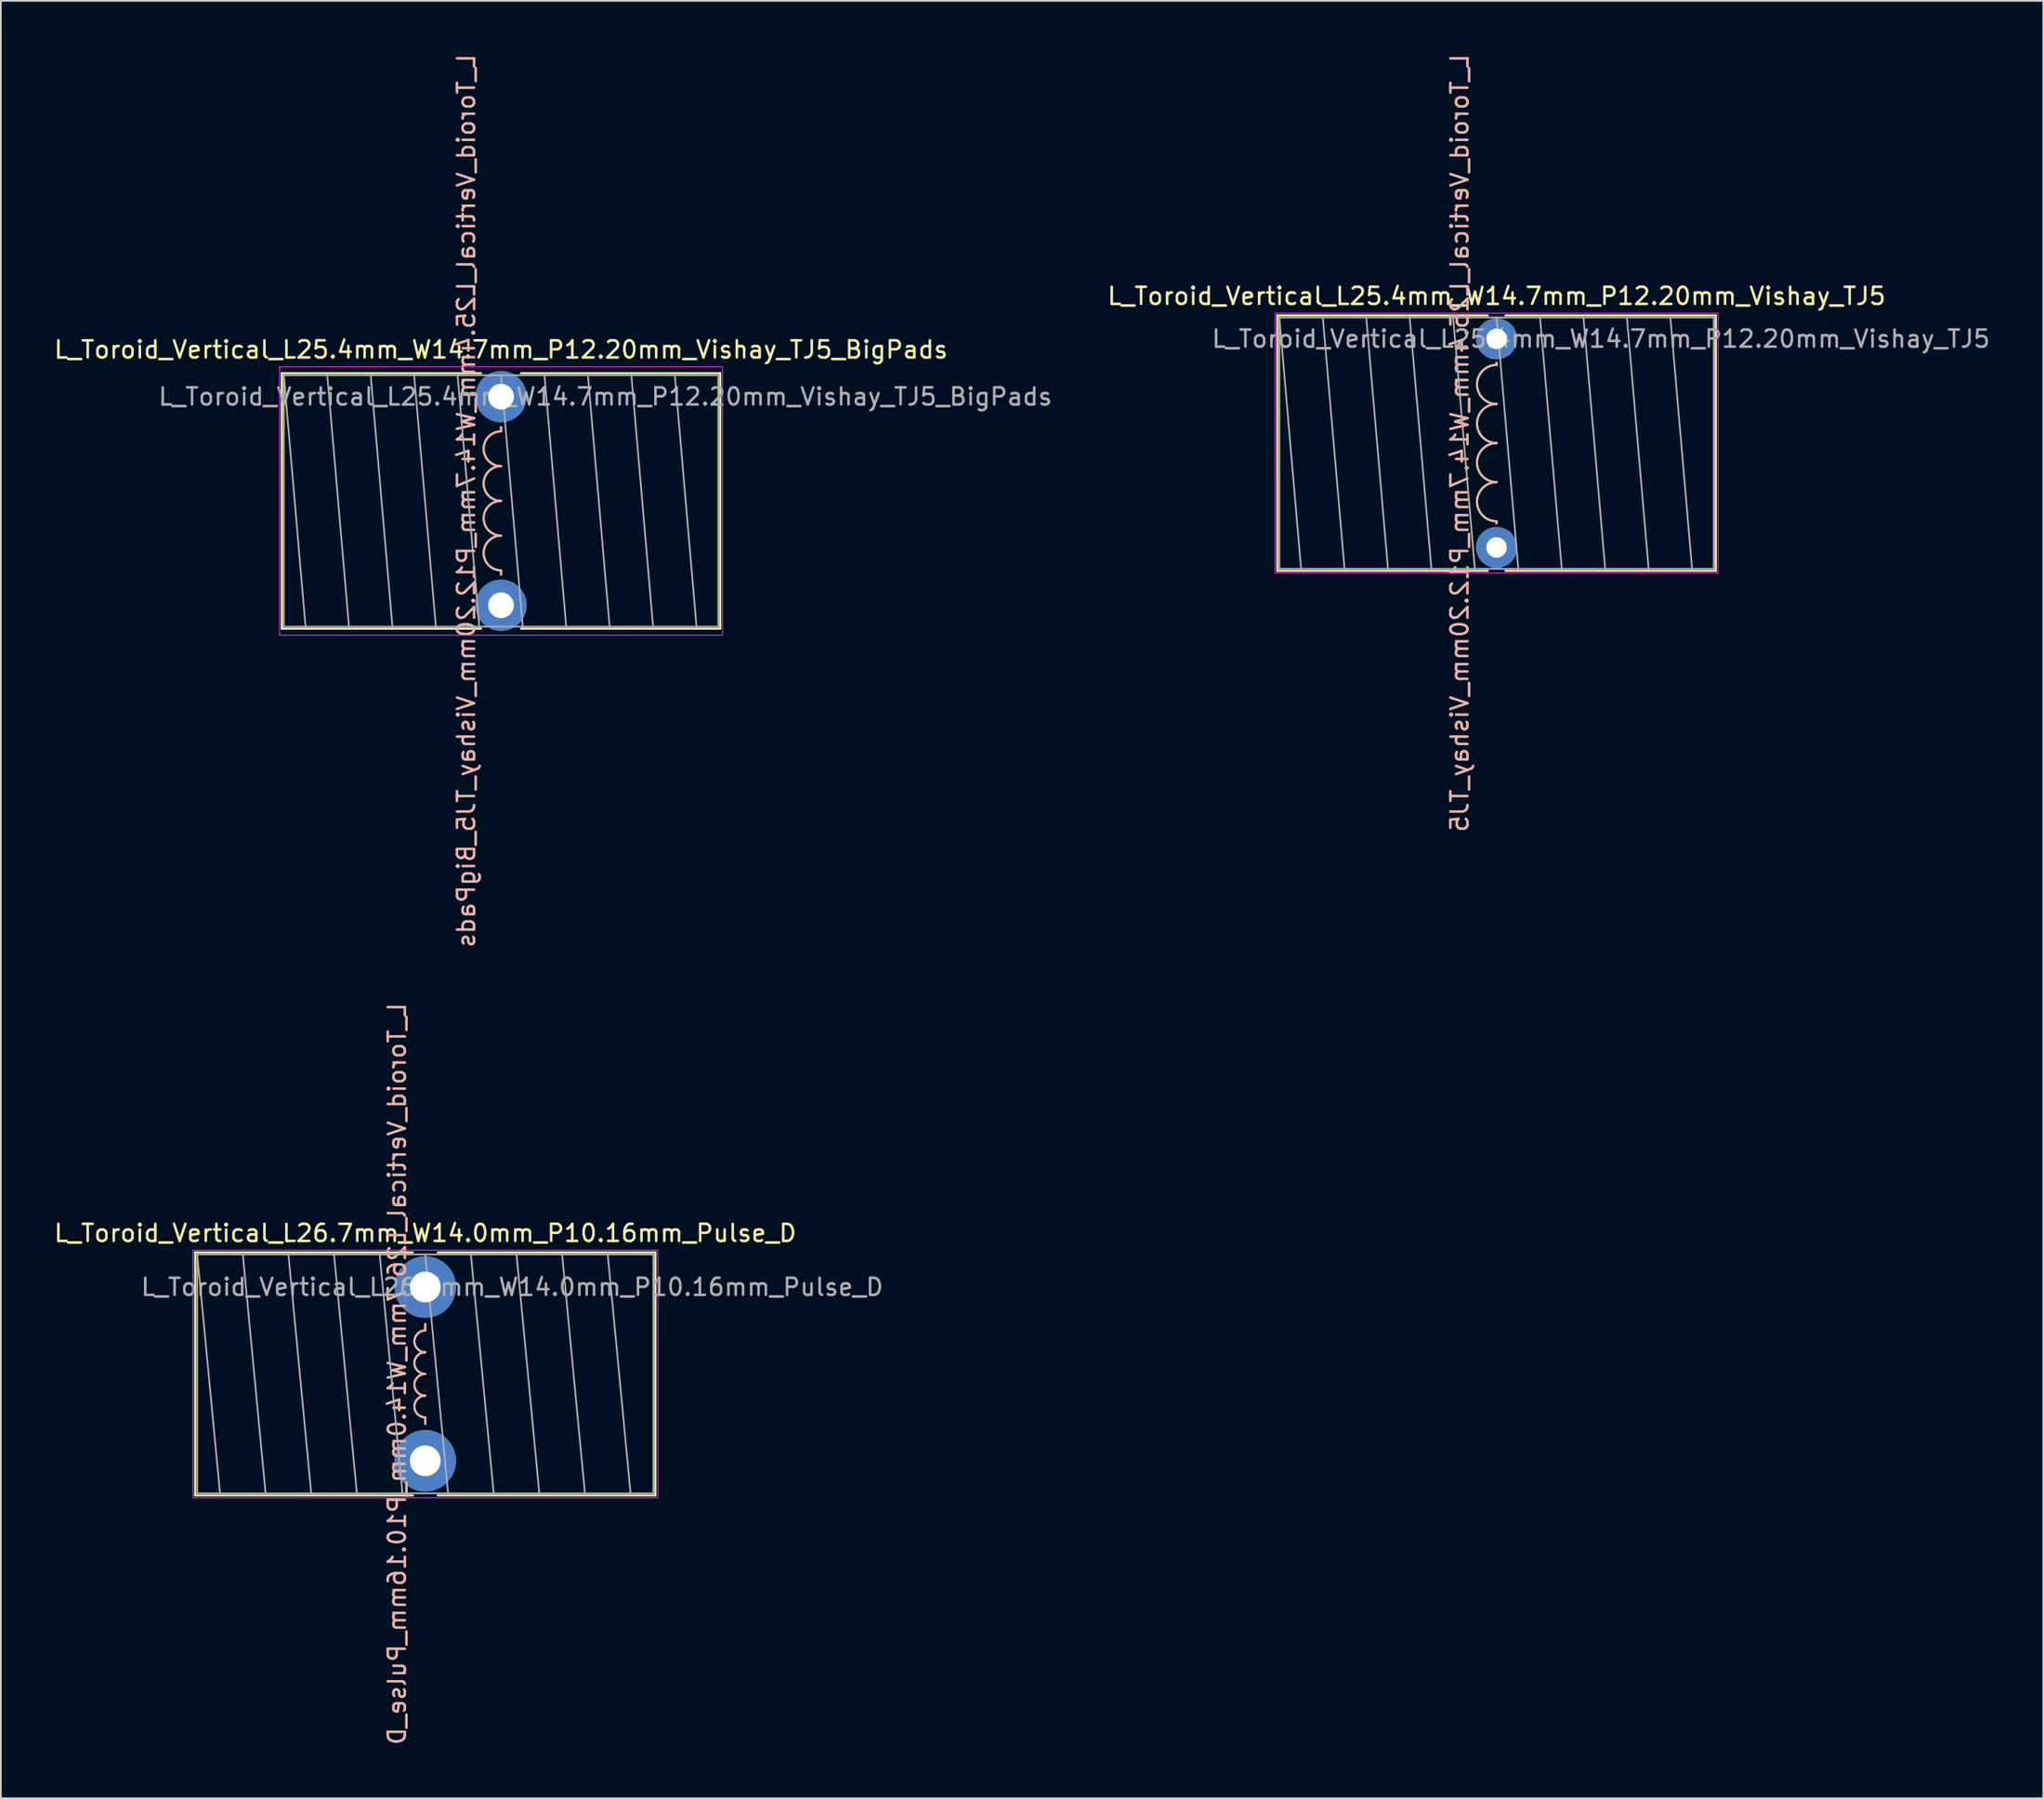
<source format=kicad_pcb>
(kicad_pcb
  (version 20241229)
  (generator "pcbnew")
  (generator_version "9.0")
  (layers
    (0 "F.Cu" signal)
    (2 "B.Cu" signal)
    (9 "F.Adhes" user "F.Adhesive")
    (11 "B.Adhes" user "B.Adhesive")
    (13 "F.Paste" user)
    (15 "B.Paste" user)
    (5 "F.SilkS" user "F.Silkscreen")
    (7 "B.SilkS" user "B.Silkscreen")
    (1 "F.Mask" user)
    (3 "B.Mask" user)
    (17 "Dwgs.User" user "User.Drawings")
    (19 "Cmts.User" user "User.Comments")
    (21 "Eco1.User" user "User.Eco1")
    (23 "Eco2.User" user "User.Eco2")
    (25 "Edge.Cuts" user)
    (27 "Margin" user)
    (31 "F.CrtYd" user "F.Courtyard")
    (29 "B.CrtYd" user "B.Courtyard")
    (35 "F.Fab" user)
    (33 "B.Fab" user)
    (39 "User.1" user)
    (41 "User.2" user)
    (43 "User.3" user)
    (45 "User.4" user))
  (footprint "L_Toroid_Vertical_L25.4mm_W14.7mm_P12.20mm_Vishay_TJ5_BigPads"
    (layer "F.Cu")
    (at 26.244 20.148)
    (property "Reference" "L_Toroid_Vertical_L25.4mm_W14.7mm_P12.20mm_Vishay_TJ5_BigPads" (at 0 -2.75 0) (layer "F.SilkS") (effects (font (size 1 1) (thickness 0.15))))
    (fp_line (start -12.82 -1.37) (end -12.82 13.57) (stroke (width 0.12) (type solid)) (layer "F.SilkS"))
    (fp_line (start -12.82 -1.37) (end -1.166 -1.37) (stroke (width 0.12) (type solid)) (layer "F.SilkS"))
    (fp_line (start -12.82 13.57) (end -1.166 13.57) (stroke (width 0.12) (type solid)) (layer "F.SilkS"))
    (fp_line (start 0 2.032) (end 0 1.778) (stroke (width 0.12) (type solid)) (layer "F.SilkS"))
    (fp_line (start 0 10.16) (end 0 10.414) (stroke (width 0.12) (type solid)) (layer "F.SilkS"))
    (fp_line (start 1.166 -1.37) (end 12.82 -1.37) (stroke (width 0.12) (type solid)) (layer "F.SilkS"))
    (fp_line (start 1.166 13.57) (end 12.82 13.57) (stroke (width 0.12) (type solid)) (layer "F.SilkS"))
    (fp_line (start 12.82 -1.37) (end 12.82 13.57) (stroke (width 0.12) (type solid)) (layer "F.SilkS"))
    (fp_arc (start 0 4.064) (mid -1.016 3.048) (end 0 2.032) (stroke (width 0.12) (type solid)) (layer "F.SilkS"))
    (fp_arc (start 0 6.096) (mid -1.016 5.08) (end 0 4.064) (stroke (width 0.12) (type solid)) (layer "F.SilkS"))
    (fp_arc (start 0 8.128) (mid -1.016 7.112) (end 0 6.096) (stroke (width 0.12) (type solid)) (layer "F.SilkS"))
    (fp_arc (start 0 10.16) (mid -1.016 9.144) (end 0 8.128) (stroke (width 0.12) (type solid)) (layer "F.SilkS"))
    (fp_line (start 0 2.032) (end 0 1.778) (stroke (width 0.12) (type solid)) (layer "B.SilkS"))
    (fp_line (start 0 10.16) (end 0 10.414) (stroke (width 0.12) (type solid)) (layer "B.SilkS"))
    (fp_arc (start 0 4.064) (mid -1.016 3.048) (end 0 2.032) (stroke (width 0.12) (type solid)) (layer "B.SilkS"))
    (fp_arc (start 0 6.096) (mid -1.016 5.08) (end 0 4.064) (stroke (width 0.12) (type solid)) (layer "B.SilkS"))
    (fp_arc (start 0 8.128) (mid -1.016 7.112) (end 0 6.096) (stroke (width 0.12) (type solid)) (layer "B.SilkS"))
    (fp_arc (start 0 10.16) (mid -1.016 9.144) (end 0 8.128) (stroke (width 0.12) (type solid)) (layer "B.SilkS"))
    (fp_line (start -12.95 -1.75) (end -12.95 13.95) (stroke (width 0.05) (type solid)) (layer "F.CrtYd"))
    (fp_line (start -12.95 13.95) (end 12.95 13.95) (stroke (width 0.05) (type solid)) (layer "F.CrtYd"))
    (fp_line (start 12.95 -1.75) (end -12.95 -1.75) (stroke (width 0.05) (type solid)) (layer "F.CrtYd"))
    (fp_line (start 12.95 13.95) (end 12.95 -1.75) (stroke (width 0.05) (type solid)) (layer "F.CrtYd"))
    (fp_line (start -12.7 -1.25) (end -12.7 13.45) (stroke (width 0.1) (type solid)) (layer "F.Fab"))
    (fp_line (start -12.7 -1.25) (end -11.43 13.45) (stroke (width 0.1) (type solid)) (layer "F.Fab"))
    (fp_line (start -12.7 13.45) (end 12.7 13.45) (stroke (width 0.1) (type solid)) (layer "F.Fab"))
    (fp_line (start -10.16 -1.25) (end -8.89 13.45) (stroke (width 0.1) (type solid)) (layer "F.Fab"))
    (fp_line (start -7.62 -1.25) (end -6.35 13.45) (stroke (width 0.1) (type solid)) (layer "F.Fab"))
    (fp_line (start -5.08 -1.25) (end -3.81 13.45) (stroke (width 0.1) (type solid)) (layer "F.Fab"))
    (fp_line (start -2.54 -1.25) (end -1.27 13.45) (stroke (width 0.1) (type solid)) (layer "F.Fab"))
    (fp_line (start 0 -1.25) (end 1.27 13.45) (stroke (width 0.1) (type solid)) (layer "F.Fab"))
    (fp_line (start 2.54 -1.25) (end 3.81 13.45) (stroke (width 0.1) (type solid)) (layer "F.Fab"))
    (fp_line (start 5.08 -1.25) (end 6.35 13.45) (stroke (width 0.1) (type solid)) (layer "F.Fab"))
    (fp_line (start 7.62 -1.25) (end 8.89 13.45) (stroke (width 0.1) (type solid)) (layer "F.Fab"))
    (fp_line (start 10.16 -1.25) (end 11.43 13.45) (stroke (width 0.1) (type solid)) (layer "F.Fab"))
    (fp_line (start 12.7 -1.25) (end -12.7 -1.25) (stroke (width 0.1) (type solid)) (layer "F.Fab"))
    (fp_line (start 12.7 13.45) (end 12.7 -1.25) (stroke (width 0.1) (type solid)) (layer "F.Fab"))
    (fp_text user "${REFERENCE}" (at -2.032 6.096 90) (layer "B.SilkS") (effects (font (size 1 1) (thickness 0.15)) (justify mirror)))
    (fp_text user "${REFERENCE}" (at 6.1 0 0) (layer "F.Fab") (effects (font (size 1 1) (thickness 0.15))))
    (pad "1" thru_hole circle (at 0 0) (size 3 3) (drill 1.5) (layers "*.Cu" "*.Mask"))
    (pad "2" thru_hole circle (at 0 12.2) (size 3 3) (drill 1.5) (layers "*.Cu" "*.Mask")))
  (footprint "L_Toroid_Vertical_L25.4mm_W14.7mm_P12.20mm_Vishay_TJ5"
    (layer "F.Cu")
    (at 84.451 16.767)
    (property "Reference" "L_Toroid_Vertical_L25.4mm_W14.7mm_P12.20mm_Vishay_TJ5" (at 0 -2.5 0) (layer "F.SilkS") (effects (font (size 1 1) (thickness 0.15))))
    (fp_line (start -12.82 -1.37) (end -12.82 13.57) (stroke (width 0.12) (type solid)) (layer "F.SilkS"))
    (fp_line (start -12.82 -1.37) (end -0.517 -1.37) (stroke (width 0.12) (type solid)) (layer "F.SilkS"))
    (fp_line (start -12.82 13.57) (end -0.517 13.57) (stroke (width 0.12) (type solid)) (layer "F.SilkS"))
    (fp_line (start 0 1.524) (end 0 1.397) (stroke (width 0.12) (type solid)) (layer "F.SilkS"))
    (fp_line (start 0 10.668) (end 0 10.795) (stroke (width 0.12) (type solid)) (layer "F.SilkS"))
    (fp_line (start 0.517 -1.37) (end 12.82 -1.37) (stroke (width 0.12) (type solid)) (layer "F.SilkS"))
    (fp_line (start 0.517 13.57) (end 12.82 13.57) (stroke (width 0.12) (type solid)) (layer "F.SilkS"))
    (fp_line (start 12.82 -1.37) (end 12.82 13.57) (stroke (width 0.12) (type solid)) (layer "F.SilkS"))
    (fp_arc (start 0 3.81) (mid -1.143 2.667) (end 0 1.524) (stroke (width 0.12) (type solid)) (layer "F.SilkS"))
    (fp_arc (start 0 6.096) (mid -1.143 4.953) (end 0 3.81) (stroke (width 0.12) (type solid)) (layer "F.SilkS"))
    (fp_arc (start 0 8.382) (mid -1.143 7.239) (end 0 6.096) (stroke (width 0.12) (type solid)) (layer "F.SilkS"))
    (fp_arc (start 0 10.668) (mid -1.143 9.525) (end 0 8.382) (stroke (width 0.12) (type solid)) (layer "F.SilkS"))
    (fp_line (start 0 1.524) (end 0 1.397) (stroke (width 0.12) (type solid)) (layer "B.SilkS"))
    (fp_line (start 0 10.668) (end 0 10.795) (stroke (width 0.12) (type solid)) (layer "B.SilkS"))
    (fp_arc (start 0 3.81) (mid -1.143 2.667) (end 0 1.524) (stroke (width 0.12) (type solid)) (layer "B.SilkS"))
    (fp_arc (start 0 6.096) (mid -1.143 4.953) (end 0 3.81) (stroke (width 0.12) (type solid)) (layer "B.SilkS"))
    (fp_arc (start 0 8.382) (mid -1.143 7.239) (end 0 6.096) (stroke (width 0.12) (type solid)) (layer "B.SilkS"))
    (fp_arc (start 0 10.668) (mid -1.143 9.525) (end 0 8.382) (stroke (width 0.12) (type solid)) (layer "B.SilkS"))
    (fp_line (start -12.95 -1.5) (end -12.95 13.7) (stroke (width 0.05) (type solid)) (layer "F.CrtYd"))
    (fp_line (start -12.95 13.7) (end 12.95 13.7) (stroke (width 0.05) (type solid)) (layer "F.CrtYd"))
    (fp_line (start 12.95 -1.5) (end -12.95 -1.5) (stroke (width 0.05) (type solid)) (layer "F.CrtYd"))
    (fp_line (start 12.95 13.7) (end 12.95 -1.5) (stroke (width 0.05) (type solid)) (layer "F.CrtYd"))
    (fp_line (start -12.7 -1.25) (end -12.7 13.45) (stroke (width 0.1) (type solid)) (layer "F.Fab"))
    (fp_line (start -12.7 -1.25) (end -11.43 13.45) (stroke (width 0.1) (type solid)) (layer "F.Fab"))
    (fp_line (start -12.7 13.45) (end 12.7 13.45) (stroke (width 0.1) (type solid)) (layer "F.Fab"))
    (fp_line (start -10.16 -1.25) (end -8.89 13.45) (stroke (width 0.1) (type solid)) (layer "F.Fab"))
    (fp_line (start -7.62 -1.25) (end -6.35 13.45) (stroke (width 0.1) (type solid)) (layer "F.Fab"))
    (fp_line (start -5.08 -1.25) (end -3.81 13.45) (stroke (width 0.1) (type solid)) (layer "F.Fab"))
    (fp_line (start -2.54 -1.25) (end -1.27 13.45) (stroke (width 0.1) (type solid)) (layer "F.Fab"))
    (fp_line (start 0 -1.25) (end 1.27 13.45) (stroke (width 0.1) (type solid)) (layer "F.Fab"))
    (fp_line (start 2.54 -1.25) (end 3.81 13.45) (stroke (width 0.1) (type solid)) (layer "F.Fab"))
    (fp_line (start 5.08 -1.25) (end 6.35 13.45) (stroke (width 0.1) (type solid)) (layer "F.Fab"))
    (fp_line (start 7.62 -1.25) (end 8.89 13.45) (stroke (width 0.1) (type solid)) (layer "F.Fab"))
    (fp_line (start 10.16 -1.25) (end 11.43 13.45) (stroke (width 0.1) (type solid)) (layer "F.Fab"))
    (fp_line (start 12.7 -1.25) (end -12.7 -1.25) (stroke (width 0.1) (type solid)) (layer "F.Fab"))
    (fp_line (start 12.7 13.45) (end 12.7 -1.25) (stroke (width 0.1) (type solid)) (layer "F.Fab"))
    (fp_text user "${REFERENCE}" (at -2.159 6.096 90) (layer "B.SilkS") (effects (font (size 1 1) (thickness 0.15)) (justify mirror)))
    (fp_text user "${REFERENCE}" (at 6.1 0 0) (layer "F.Fab") (effects (font (size 1 1) (thickness 0.15))))
    (pad "1" thru_hole circle (at 0 0) (size 2.4 2.4) (drill 1.2) (layers "*.Cu" "*.Mask"))
    (pad "2" thru_hole circle (at 0 12.2) (size 2.4 2.4) (drill 1.2) (layers "*.Cu" "*.Mask")))
  (footprint "L_Toroid_Vertical_L26.7mm_W14.0mm_P10.16mm_Pulse_D"
    (layer "F.Cu")
    (at 21.815 72.224)
    (property "Reference" "L_Toroid_Vertical_L26.7mm_W14.0mm_P10.16mm_Pulse_D" (at 0 -3.155 0) (layer "F.SilkS") (effects (font (size 1 1) (thickness 0.15))))
    (fp_line (start -13.455 -2.025) (end -13.455 12.185) (stroke (width 0.12) (type solid)) (layer "F.SilkS"))
    (fp_line (start -13.455 -2.025) (end -0.725 -2.025) (stroke (width 0.12) (type solid)) (layer "F.SilkS"))
    (fp_line (start -13.455 12.185) (end -0.725 12.185) (stroke (width 0.12) (type solid)) (layer "F.SilkS"))
    (fp_line (start 0 2.54) (end 0 2.159) (stroke (width 0.12) (type solid)) (layer "F.SilkS"))
    (fp_line (start 0 7.62) (end 0 8.001) (stroke (width 0.12) (type solid)) (layer "F.SilkS"))
    (fp_line (start 0.725 -2.025) (end 13.455 -2.025) (stroke (width 0.12) (type solid)) (layer "F.SilkS"))
    (fp_line (start 0.725 12.185) (end 13.455 12.185) (stroke (width 0.12) (type solid)) (layer "F.SilkS"))
    (fp_line (start 13.455 -2.025) (end 13.455 12.185) (stroke (width 0.12) (type solid)) (layer "F.SilkS"))
    (fp_arc (start 0 3.81) (mid -0.635 3.175) (end 0 2.54) (stroke (width 0.12) (type solid)) (layer "F.SilkS"))
    (fp_arc (start 0 5.08) (mid -0.635 4.445) (end 0 3.81) (stroke (width 0.12) (type solid)) (layer "F.SilkS"))
    (fp_arc (start 0 6.35) (mid -0.635 5.715) (end 0 5.08) (stroke (width 0.12) (type solid)) (layer "F.SilkS"))
    (fp_arc (start 0 7.62) (mid -0.635 6.985) (end 0 6.35) (stroke (width 0.12) (type solid)) (layer "F.SilkS"))
    (fp_line (start 0 2.54) (end 0 2.159) (stroke (width 0.12) (type solid)) (layer "B.SilkS"))
    (fp_line (start 0 7.62) (end 0 8.001) (stroke (width 0.12) (type solid)) (layer "B.SilkS"))
    (fp_arc (start 0 3.81) (mid -0.635 3.175) (end 0 2.54) (stroke (width 0.12) (type solid)) (layer "B.SilkS"))
    (fp_arc (start 0 5.08) (mid -0.635 4.445) (end 0 3.81) (stroke (width 0.12) (type solid)) (layer "B.SilkS"))
    (fp_arc (start 0 6.35) (mid -0.635 5.715) (end 0 5.08) (stroke (width 0.12) (type solid)) (layer "B.SilkS"))
    (fp_arc (start 0 7.62) (mid -0.635 6.985) (end 0 6.35) (stroke (width 0.12) (type solid)) (layer "B.SilkS"))
    (fp_line (start -13.59 -2.16) (end -13.59 12.32) (stroke (width 0.05) (type solid)) (layer "F.CrtYd"))
    (fp_line (start -13.59 12.32) (end 13.59 12.32) (stroke (width 0.05) (type solid)) (layer "F.CrtYd"))
    (fp_line (start 13.59 -2.16) (end -13.59 -2.16) (stroke (width 0.05) (type solid)) (layer "F.CrtYd"))
    (fp_line (start 13.59 12.32) (end 13.59 -2.16) (stroke (width 0.05) (type solid)) (layer "F.CrtYd"))
    (fp_line (start -13.335 -1.905) (end -13.335 12.065) (stroke (width 0.1) (type solid)) (layer "F.Fab"))
    (fp_line (start -13.335 -1.905) (end -12.002 12.065) (stroke (width 0.1) (type solid)) (layer "F.Fab"))
    (fp_line (start -13.335 12.065) (end 13.335 12.065) (stroke (width 0.1) (type solid)) (layer "F.Fab"))
    (fp_line (start -10.668 -1.905) (end -9.335 12.065) (stroke (width 0.1) (type solid)) (layer "F.Fab"))
    (fp_line (start -8.001 -1.905) (end -6.668 12.065) (stroke (width 0.1) (type solid)) (layer "F.Fab"))
    (fp_line (start -5.334 -1.905) (end -4 12.065) (stroke (width 0.1) (type solid)) (layer "F.Fab"))
    (fp_line (start -2.667 -1.905) (end -1.333 12.065) (stroke (width 0.1) (type solid)) (layer "F.Fab"))
    (fp_line (start 0 -1.905) (end 1.333 12.065) (stroke (width 0.1) (type solid)) (layer "F.Fab"))
    (fp_line (start 2.667 -1.905) (end 4 12.065) (stroke (width 0.1) (type solid)) (layer "F.Fab"))
    (fp_line (start 5.334 -1.905) (end 6.668 12.065) (stroke (width 0.1) (type solid)) (layer "F.Fab"))
    (fp_line (start 8.001 -1.905) (end 9.335 12.065) (stroke (width 0.1) (type solid)) (layer "F.Fab"))
    (fp_line (start 10.668 -1.905) (end 12.002 12.065) (stroke (width 0.1) (type solid)) (layer "F.Fab"))
    (fp_line (start 13.335 -1.905) (end -13.335 -1.905) (stroke (width 0.1) (type solid)) (layer "F.Fab"))
    (fp_line (start 13.335 12.065) (end 13.335 -1.905) (stroke (width 0.1) (type solid)) (layer "F.Fab"))
    (fp_text user "${REFERENCE}" (at -1.651 5.08 90) (layer "B.SilkS") (effects (font (size 1 1) (thickness 0.15)) (justify mirror)))
    (fp_text user "${REFERENCE}" (at 5.08 0 0) (layer "F.Fab") (effects (font (size 1 1) (thickness 0.15))))
    (pad "1" thru_hole circle (at 0 0) (size 3.6 3.6) (drill 1.8) (layers "*.Cu" "*.Mask"))
    (pad "2" thru_hole circle (at 0 10.16) (size 3.6 3.6) (drill 1.8) (layers "*.Cu" "*.Mask")))
  (gr_rect
    (start -3 -3)
    (end 116.414 102.119)
    (stroke (width 0.1) (type default))
    (fill no)
    (layer "Edge.Cuts")))
</source>
